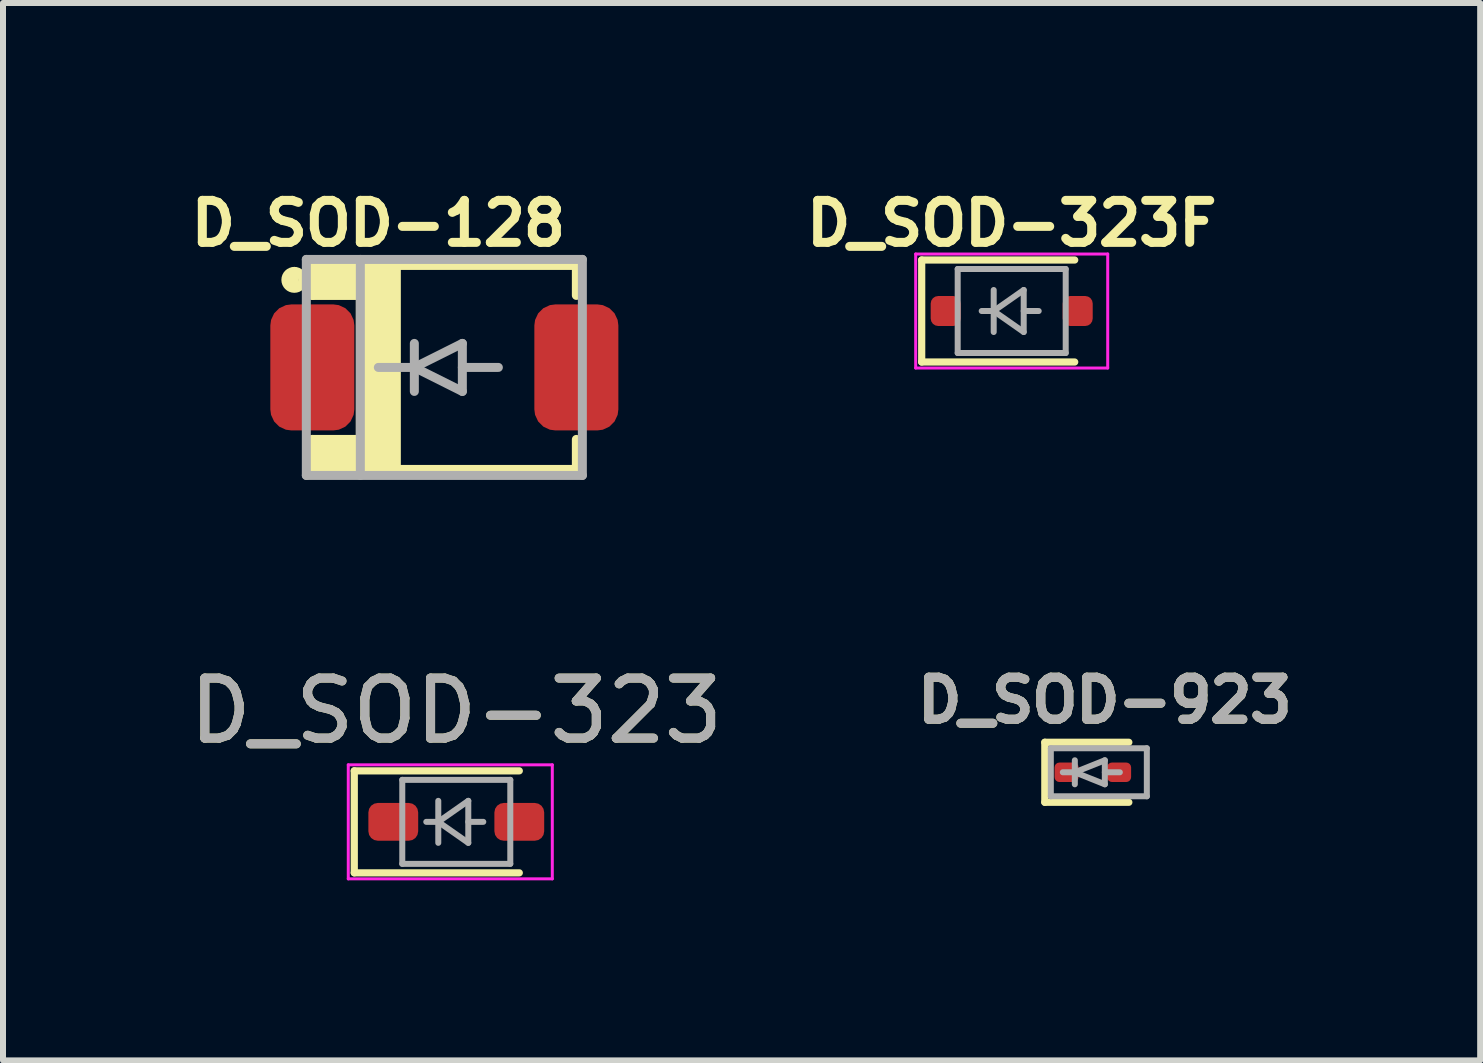
<source format=kicad_pcb>
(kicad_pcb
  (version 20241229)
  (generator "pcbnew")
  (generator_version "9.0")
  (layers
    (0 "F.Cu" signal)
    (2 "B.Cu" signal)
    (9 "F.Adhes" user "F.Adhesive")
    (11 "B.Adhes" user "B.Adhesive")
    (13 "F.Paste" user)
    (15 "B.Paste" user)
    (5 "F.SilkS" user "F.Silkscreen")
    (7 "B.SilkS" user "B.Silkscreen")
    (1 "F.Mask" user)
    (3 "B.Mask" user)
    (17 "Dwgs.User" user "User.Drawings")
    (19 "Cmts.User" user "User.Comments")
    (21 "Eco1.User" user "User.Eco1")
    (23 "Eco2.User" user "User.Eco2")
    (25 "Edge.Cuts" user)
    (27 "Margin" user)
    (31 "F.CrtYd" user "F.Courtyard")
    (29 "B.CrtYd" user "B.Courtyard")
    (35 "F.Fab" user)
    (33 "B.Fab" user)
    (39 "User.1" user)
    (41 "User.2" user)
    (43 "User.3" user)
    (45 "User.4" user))
  (footprint "D_SOD-323F"
    (layer "F.Cu")
    (at 13.81 2.133)
    (property "Reference" "D_SOD-323F" (at 0 -1.46 0) (layer "F.SilkS") (effects (font (size 0.7 0.7) (thickness 0.15))))
    (attr smd)
    (fp_line (start -1.5 -0.85) (end -1.5 0.85) (stroke (width 0.12) (type solid)) (layer "F.SilkS"))
    (fp_line (start -1.5 -0.85) (end 1.05 -0.85) (stroke (width 0.12) (type solid)) (layer "F.SilkS"))
    (fp_line (start -1.5 0.85) (end 1.05 0.85) (stroke (width 0.12) (type solid)) (layer "F.SilkS"))
    (fp_line (start -1.6 -0.95) (end -1.6 0.95) (stroke (width 0.05) (type solid)) (layer "F.CrtYd"))
    (fp_line (start -1.6 -0.95) (end 1.6 -0.95) (stroke (width 0.05) (type solid)) (layer "F.CrtYd"))
    (fp_line (start -1.6 0.95) (end 1.6 0.95) (stroke (width 0.05) (type solid)) (layer "F.CrtYd"))
    (fp_line (start 1.6 -0.95) (end 1.6 0.95) (stroke (width 0.05) (type solid)) (layer "F.CrtYd"))
    (fp_line (start -0.9 -0.7) (end 0.9 -0.7) (stroke (width 0.1) (type solid)) (layer "F.Fab"))
    (fp_line (start -0.9 0.7) (end -0.9 -0.7) (stroke (width 0.1) (type solid)) (layer "F.Fab"))
    (fp_line (start -0.3 -0.35) (end -0.3 0.35) (stroke (width 0.1) (type solid)) (layer "F.Fab"))
    (fp_line (start -0.3 0) (end -0.5 0) (stroke (width 0.1) (type solid)) (layer "F.Fab"))
    (fp_line (start -0.3 0) (end 0.2 -0.35) (stroke (width 0.1) (type solid)) (layer "F.Fab"))
    (fp_line (start 0.2 -0.35) (end 0.2 0.35) (stroke (width 0.1) (type solid)) (layer "F.Fab"))
    (fp_line (start 0.2 0) (end 0.45 0) (stroke (width 0.1) (type solid)) (layer "F.Fab"))
    (fp_line (start 0.2 0.35) (end -0.3 0) (stroke (width 0.1) (type solid)) (layer "F.Fab"))
    (fp_line (start 0.9 -0.7) (end 0.9 0.7) (stroke (width 0.1) (type solid)) (layer "F.Fab"))
    (fp_line (start 0.9 0.7) (end -0.9 0.7) (stroke (width 0.1) (type solid)) (layer "F.Fab"))
    (pad "1" smd roundrect (at -1.1 0) (size 0.5 0.5) (layers "F.Cu" "F.Mask" "F.Paste") (roundrect_rratio 0.25))
    (pad "2" smd roundrect (at 1.1 0) (size 0.5 0.5) (layers "F.Cu" "F.Mask" "F.Paste") (roundrect_rratio 0.25)))
  (footprint "D_SOD-128"
    (layer "F.Cu")
    (at 4.355 3.073)
    (property "Reference" "D_SOD-128" (at -1.1 -2.4 0) (layer "F.SilkS") (effects (font (size 0.7 0.7) (thickness 0.15))))
    (attr smd)
    (fp_line (start -2.5 -1.6) (end -2.5 -1.4) (stroke (width 0.15) (type solid)) (layer "F.SilkS"))
    (fp_line (start -2.2 -1.7) (end 2.2 -1.7) (stroke (width 0.15) (type solid)) (layer "F.SilkS"))
    (fp_line (start -2.2 -1.2) (end -2.2 -1.7) (stroke (width 0.15) (type solid)) (layer "F.SilkS"))
    (fp_line (start -2.2 1.7) (end -2.2 1.2) (stroke (width 0.15) (type solid)) (layer "F.SilkS"))
    (fp_line (start 2.2 -1.7) (end 2.2 -1.2) (stroke (width 0.15) (type solid)) (layer "F.SilkS"))
    (fp_line (start 2.2 1.2) (end 2.2 1.7) (stroke (width 0.15) (type solid)) (layer "F.SilkS"))
    (fp_line (start 2.2 1.7) (end -2.2 1.7) (stroke (width 0.15) (type solid)) (layer "F.SilkS"))
    (fp_circle (center -2.5 -1.459) (end -2.5 -1.6) (stroke (width 0.15) (type solid)) (fill no) (layer "F.SilkS"))
    (fp_poly (pts (xy -2.2 -1.7) (xy -0.8 -1.7) (xy -0.8 1.7) (xy -2.2 1.7) (xy -2.2 1.2) (xy -1.4 1.2) (xy -1.4 -1.2) (xy -2.2 -1.2)) (stroke (width 0.15) (type solid)) (fill yes) (layer "F.SilkS"))
    (fp_line (start -2.3 -1.8) (end 2.3 -1.8) (stroke (width 0.15) (type solid)) (layer "F.Fab"))
    (fp_line (start -2.3 1.8) (end -2.3 -1.8) (stroke (width 0.15) (type solid)) (layer "F.Fab"))
    (fp_line (start -1.4 -1.8) (end -1.4 1.8) (stroke (width 0.15) (type solid)) (layer "F.Fab"))
    (fp_line (start -0.5 -0.4) (end -0.5 0.4) (stroke (width 0.15) (type solid)) (layer "F.Fab"))
    (fp_line (start -0.5 0) (end -1.1 0) (stroke (width 0.15) (type solid)) (layer "F.Fab"))
    (fp_line (start -0.5 0) (end 0.3 -0.4) (stroke (width 0.15) (type solid)) (layer "F.Fab"))
    (fp_line (start 0.3 -0.4) (end 0.3 0.4) (stroke (width 0.15) (type solid)) (layer "F.Fab"))
    (fp_line (start 0.3 0) (end 0.9 0) (stroke (width 0.15) (type solid)) (layer "F.Fab"))
    (fp_line (start 0.3 0.4) (end -0.5 0) (stroke (width 0.15) (type solid)) (layer "F.Fab"))
    (fp_line (start 2.3 -1.8) (end 2.3 1.8) (stroke (width 0.15) (type solid)) (layer "F.Fab"))
    (fp_line (start 2.3 1.8) (end -2.3 1.8) (stroke (width 0.15) (type solid)) (layer "F.Fab"))
    (pad "1" smd roundrect (at -2.2 0) (size 1.4 2.1) (layers "F.Cu" "F.Mask" "F.Paste") (roundrect_rratio 0.25))
    (pad "2" smd roundrect (at 2.2 0) (size 1.4 2.1) (layers "F.Cu" "F.Mask" "F.Paste") (roundrect_rratio 0.25)))
  (footprint "D_SOD-323"
    (layer "F.Cu")
    (at 4.554 10.646)
    (property "Reference" "D_SOD-323" (at 0 -1.85 0) (layer "F.SilkS") (effects (font (size 1 1) (thickness 0.15))))
    (attr smd)
    (fp_line (start -1.7 -0.85) (end -1.7 0.85) (stroke (width 0.12) (type solid)) (layer "F.SilkS"))
    (fp_line (start -1.7 -0.85) (end 1.05 -0.85) (stroke (width 0.12) (type solid)) (layer "F.SilkS"))
    (fp_line (start -1.7 0.85) (end 1.05 0.85) (stroke (width 0.12) (type solid)) (layer "F.SilkS"))
    (fp_line (start -1.8 -0.95) (end -1.8 0.95) (stroke (width 0.05) (type solid)) (layer "F.CrtYd"))
    (fp_line (start -1.8 -0.95) (end 1.6 -0.95) (stroke (width 0.05) (type solid)) (layer "F.CrtYd"))
    (fp_line (start -1.8 0.95) (end 1.6 0.95) (stroke (width 0.05) (type solid)) (layer "F.CrtYd"))
    (fp_line (start 1.6 -0.95) (end 1.6 0.95) (stroke (width 0.05) (type solid)) (layer "F.CrtYd"))
    (fp_line (start -0.9 -0.7) (end 0.9 -0.7) (stroke (width 0.1) (type solid)) (layer "F.Fab"))
    (fp_line (start -0.9 0.7) (end -0.9 -0.7) (stroke (width 0.1) (type solid)) (layer "F.Fab"))
    (fp_line (start -0.3 -0.35) (end -0.3 0.35) (stroke (width 0.1) (type solid)) (layer "F.Fab"))
    (fp_line (start -0.3 0) (end -0.5 0) (stroke (width 0.1) (type solid)) (layer "F.Fab"))
    (fp_line (start -0.3 0) (end 0.2 -0.35) (stroke (width 0.1) (type solid)) (layer "F.Fab"))
    (fp_line (start 0.2 -0.35) (end 0.2 0.35) (stroke (width 0.1) (type solid)) (layer "F.Fab"))
    (fp_line (start 0.2 0) (end 0.45 0) (stroke (width 0.1) (type solid)) (layer "F.Fab"))
    (fp_line (start 0.2 0.35) (end -0.3 0) (stroke (width 0.1) (type solid)) (layer "F.Fab"))
    (fp_line (start 0.9 -0.7) (end 0.9 0.7) (stroke (width 0.1) (type solid)) (layer "F.Fab"))
    (fp_line (start 0.9 0.7) (end -0.9 0.7) (stroke (width 0.1) (type solid)) (layer "F.Fab"))
    (fp_text user "${REFERENCE}" (at 0 -1.85 0) (layer "F.Fab") (effects (font (size 1 1) (thickness 0.15))))
    (pad "1" smd roundrect (at -1.05 0) (size 0.83 0.63) (layers "F.Cu" "F.Mask" "F.Paste") (roundrect_rratio 0.25))
    (pad "2" smd roundrect (at 1.05 0) (size 0.83 0.63) (layers "F.Cu" "F.Mask" "F.Paste") (roundrect_rratio 0.25)))
  (footprint "D_SOD-923"
    (layer "F.Cu")
    (at 15.162 9.82)
    (property "Reference" "D_SOD-923" (at 0.2 -1.2 0) (layer "F.SilkS") (effects (font (size 0.7 0.7) (thickness 0.15))))
    (attr smd)
    (fp_line (start -0.8 -0.5) (end -0.8 0.5) (stroke (width 0.12) (type solid)) (layer "F.SilkS"))
    (fp_line (start -0.8 -0.5) (end 0.6 -0.5) (stroke (width 0.12) (type solid)) (layer "F.SilkS"))
    (fp_line (start -0.8 0.5) (end 0.6 0.5) (stroke (width 0.12) (type solid)) (layer "F.SilkS"))
    (fp_line (start -0.7 -0.4) (end 0.9 -0.4) (stroke (width 0.1) (type solid)) (layer "F.Fab"))
    (fp_line (start -0.7 0.4) (end -0.7 -0.4) (stroke (width 0.1) (type solid)) (layer "F.Fab"))
    (fp_line (start -0.3 -0.2) (end -0.3 0.2) (stroke (width 0.1) (type solid)) (layer "F.Fab"))
    (fp_line (start -0.3 0) (end -0.5 0) (stroke (width 0.1) (type solid)) (layer "F.Fab"))
    (fp_line (start -0.3 0) (end 0.2 -0.2) (stroke (width 0.1) (type solid)) (layer "F.Fab"))
    (fp_line (start 0.2 -0.2) (end 0.2 0.2) (stroke (width 0.1) (type solid)) (layer "F.Fab"))
    (fp_line (start 0.2 0) (end 0.45 0) (stroke (width 0.1) (type solid)) (layer "F.Fab"))
    (fp_line (start 0.2 0.2) (end -0.3 0) (stroke (width 0.1) (type solid)) (layer "F.Fab"))
    (fp_line (start 0.9 -0.4) (end 0.9 0.4) (stroke (width 0.1) (type solid)) (layer "F.Fab"))
    (fp_line (start 0.9 0.4) (end -0.7 0.4) (stroke (width 0.1) (type solid)) (layer "F.Fab"))
    (fp_text user "${REFERENCE}" (at 0.2 -1.2 0) (layer "F.Fab") (effects (font (size 0.7 0.7) (thickness 0.15))))
    (pad "1" smd roundrect (at -0.438 0) (size 0.4 0.325) (layers "F.Cu" "F.Mask" "F.Paste") (roundrect_rratio 0.25))
    (pad "2" smd roundrect (at 0.438 0) (size 0.4 0.325) (layers "F.Cu" "F.Mask" "F.Paste") (roundrect_rratio 0.25)))
  (gr_rect
    (start -3 -3)
    (end 21.617 14.621)
    (stroke (width 0.1) (type default))
    (fill no)
    (layer "Edge.Cuts")))
</source>
